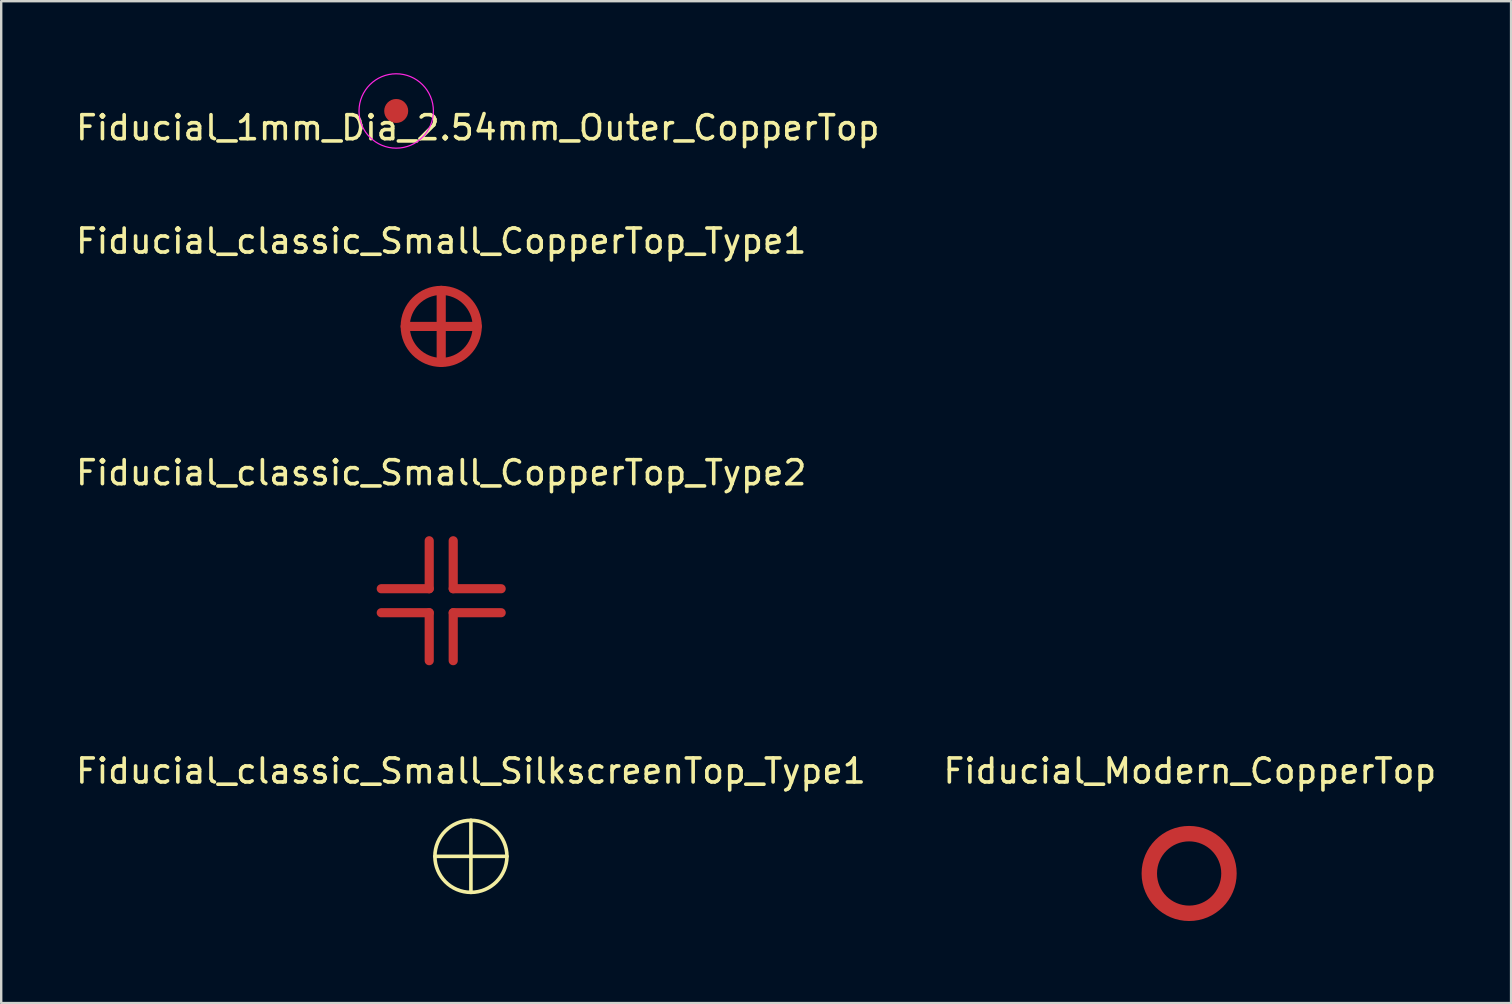
<source format=kicad_pcb>
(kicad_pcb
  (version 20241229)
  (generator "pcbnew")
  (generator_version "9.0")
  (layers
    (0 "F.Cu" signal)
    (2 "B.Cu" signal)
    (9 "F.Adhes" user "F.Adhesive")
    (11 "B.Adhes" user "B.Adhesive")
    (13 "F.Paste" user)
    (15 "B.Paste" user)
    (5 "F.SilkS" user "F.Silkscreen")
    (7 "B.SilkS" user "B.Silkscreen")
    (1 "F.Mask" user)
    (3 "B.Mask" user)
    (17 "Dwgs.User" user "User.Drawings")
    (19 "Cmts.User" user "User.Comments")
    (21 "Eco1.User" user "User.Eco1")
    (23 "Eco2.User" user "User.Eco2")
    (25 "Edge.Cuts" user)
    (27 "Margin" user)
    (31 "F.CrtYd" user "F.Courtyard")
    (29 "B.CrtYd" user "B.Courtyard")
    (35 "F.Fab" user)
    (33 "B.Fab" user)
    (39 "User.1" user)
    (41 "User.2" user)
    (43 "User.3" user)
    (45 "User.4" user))
  (footprint "Fiducial_classic_Small_CopperTop_Type1"
    (layer "F.Cu")
    (at 15.339 10.554)
    (property "Reference" "Fiducial_classic_Small_CopperTop_Type1" (at 0 -3.556 0) (layer "F.SilkS") (effects (font (size 1 1) (thickness 0.15))))
    (attr through_hole)
    (fp_line (start -1.501 0) (end 1.501 0) (stroke (width 0.381) (type solid)) (layer "F.Cu"))
    (fp_line (start 0 -1.501) (end 0 1.501) (stroke (width 0.381) (type solid)) (layer "F.Cu"))
    (fp_circle (center 0 0) (end 1.501 0) (stroke (width 0.381) (type solid)) (fill no) (layer "F.Cu"))
    (pad "" smd circle (at 0 0) (size 4.501 4.501) (layers "F.Mask")))
  (footprint "Fiducial_1mm_Dia_2.54mm_Outer_CopperTop"
    (layer "F.Cu")
    (at 13.463 1.575)
    (property "Reference" "Fiducial_1mm_Dia_2.54mm_Outer_CopperTop" (at 3.4 0.7 0) (layer "F.SilkS") (effects (font (size 1 1) (thickness 0.15))))
    (attr exclude_from_pos_files exclude_from_bom)
    (fp_circle (center 0 0) (end 1.55 0) (stroke (width 0.05) (type solid)) (fill no) (layer "F.CrtYd"))
    (pad "~" smd circle (at 0 0) (size 1 1) (layers "F.Cu" "F.Mask")))
  (footprint "Fiducial_Modern_CopperTop"
    (layer "F.Cu")
    (at 46.511 33.355)
    (property "Reference" "Fiducial_Modern_CopperTop" (at 0.03 -4.27 0) (layer "F.SilkS") (effects (font (size 1 1) (thickness 0.15))))
    (attr through_hole)
    (fp_circle (center 0 0) (end 1.529 0) (stroke (width 0.381) (type solid)) (fill no) (layer "F.Cu"))
    (fp_circle (center 0 0) (end 1.791 0) (stroke (width 0.381) (type solid)) (fill no) (layer "F.Cu"))
    (pad "" smd circle (at 0 0) (size 4.801 4.801) (layers "F.Mask")))
  (footprint "Fiducial_classic_Small_SilkscreenTop_Type1"
    (layer "F.Cu")
    (at 16.577 32.641)
    (property "Reference" "Fiducial_classic_Small_SilkscreenTop_Type1" (at 0 -3.556 0) (layer "F.SilkS") (effects (font (size 1 1) (thickness 0.15))))
    (attr through_hole)
    (fp_line (start -1.501 0) (end 1.501 0) (stroke (width 0.15) (type solid)) (layer "F.SilkS"))
    (fp_line (start 0 -1.501) (end 0 1.501) (stroke (width 0.15) (type solid)) (layer "F.SilkS"))
    (fp_circle (center 0 0) (end 1.501 0) (stroke (width 0.15) (type solid)) (fill no) (layer "F.SilkS"))
    (pad "" smd circle (at 0 0) (size 4.501 4.501) (layers "F.Mask")))
  (footprint "Fiducial_classic_Small_CopperTop_Type2"
    (layer "F.Cu")
    (at 15.339 21.987)
    (property "Reference" "Fiducial_classic_Small_CopperTop_Type2" (at 0 -5.334 0) (layer "F.SilkS") (effects (font (size 1 1) (thickness 0.15))))
    (attr through_hole)
    (fp_line (start -0.5 -0.5) (end -2.499 -0.5) (stroke (width 0.381) (type solid)) (layer "F.Cu"))
    (fp_line (start -0.5 -0.5) (end -0.5 -2.499) (stroke (width 0.381) (type solid)) (layer "F.Cu"))
    (fp_line (start -0.5 0.5) (end -2.499 0.5) (stroke (width 0.381) (type solid)) (layer "F.Cu"))
    (fp_line (start -0.5 0.5) (end -0.5 2.499) (stroke (width 0.381) (type solid)) (layer "F.Cu"))
    (fp_line (start 0.5 -0.5) (end 0.5 -2.499) (stroke (width 0.381) (type solid)) (layer "F.Cu"))
    (fp_line (start 0.5 -0.5) (end 2.499 -0.5) (stroke (width 0.381) (type solid)) (layer "F.Cu"))
    (fp_line (start 0.5 0.5) (end 0.5 2.499) (stroke (width 0.381) (type solid)) (layer "F.Cu"))
    (fp_line (start 0.5 0.5) (end 2.499 0.5) (stroke (width 0.381) (type solid)) (layer "F.Cu"))
    (pad "" smd circle (at 0 0) (size 6.5 6.5) (layers "F.Mask")))
  (gr_rect
    (start -3 -3)
    (end 59.929 38.755)
    (stroke (width 0.1) (type default))
    (fill no)
    (layer "Edge.Cuts")))
</source>
